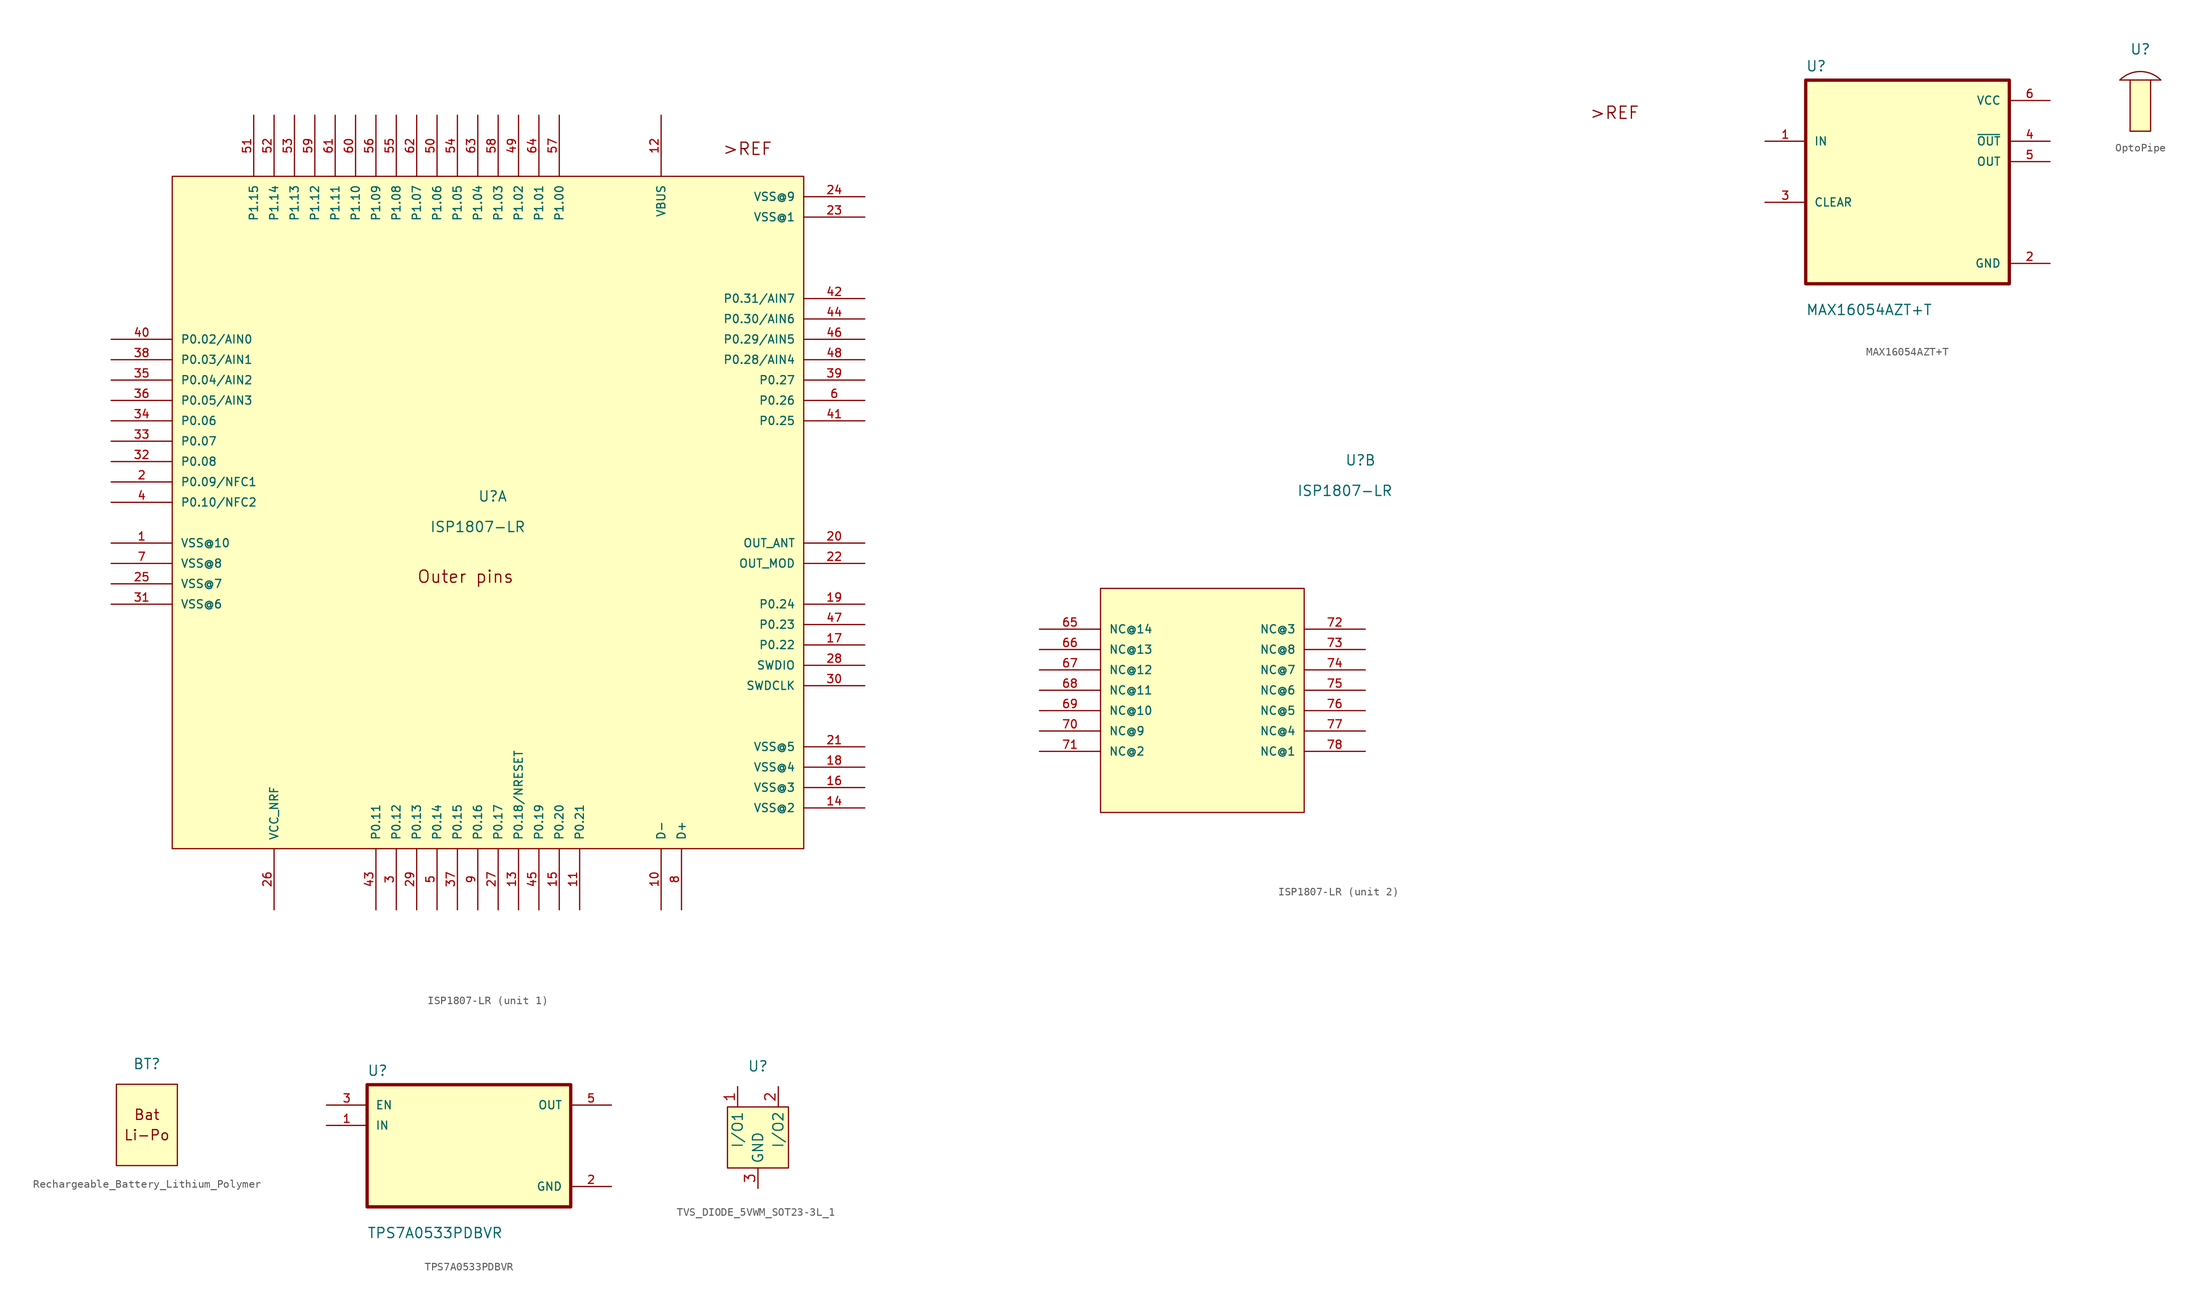
<source format=kicad_sym>
(kicad_symbol_lib
  (version 20241209)
  (generator "kicad_symbol_editor")
  (generator_version "9.0")
  (symbol "ISP1807-LR"
    (pin_names
      (offset 1.016))
    (property "Reference" "U"
      (at 38.1 43.18 0)
      (effects (font (size 1.27 1.27)) (justify left bottom)))
    (property "Value" "ISP1807-LR"
      (at 38.1 39.37 0)
      (effects (font (size 1.27 1.27)) (justify bottom)))
    (symbol "ISP1807-LR_1_0"
      (rectangle (start 0 83.82) (end 78.74 0) (stroke (width 0.152) (type default)) (fill (type background)))
      (text "Outer pins" (at 30.48 33.02 0) (effects (font (size 1.524 1.524)) (justify left bottom)))
      (text ">REF" (at 68.58 86.36 0) (effects (font (size 1.524 1.524)) (justify left bottom)))
      (pin bidirectional line (at -7.62 63.5 0) (length 7.62) (name "P0.02/AIN0" (effects (font (size 1.016 1.016)))) (number "40" (effects (font (size 1.016 1.016)))))
      (pin bidirectional line (at -7.62 60.96 0) (length 7.62) (name "P0.03/AIN1" (effects (font (size 1.016 1.016)))) (number "38" (effects (font (size 1.016 1.016)))))
      (pin bidirectional line (at -7.62 58.42 0) (length 7.62) (name "P0.04/AIN2" (effects (font (size 1.016 1.016)))) (number "35" (effects (font (size 1.016 1.016)))))
      (pin bidirectional line (at -7.62 55.88 0) (length 7.62) (name "P0.05/AIN3" (effects (font (size 1.016 1.016)))) (number "36" (effects (font (size 1.016 1.016)))))
      (pin bidirectional line (at -7.62 53.34 0) (length 7.62) (name "P0.06" (effects (font (size 1.016 1.016)))) (number "34" (effects (font (size 1.016 1.016)))))
      (pin bidirectional line (at -7.62 50.8 0) (length 7.62) (name "P0.07" (effects (font (size 1.016 1.016)))) (number "33" (effects (font (size 1.016 1.016)))))
      (pin bidirectional line (at -7.62 48.26 0) (length 7.62) (name "P0.08" (effects (font (size 1.016 1.016)))) (number "32" (effects (font (size 1.016 1.016)))))
      (pin bidirectional line (at -7.62 45.72 0) (length 7.62) (name "P0.09/NFC1" (effects (font (size 1.016 1.016)))) (number "2" (effects (font (size 1.016 1.016)))))
      (pin bidirectional line (at -7.62 43.18 0) (length 7.62) (name "P0.10/NFC2" (effects (font (size 1.016 1.016)))) (number "4" (effects (font (size 1.016 1.016)))))
      (pin power_in line (at -7.62 38.1 0) (length 7.62) (name "VSS@10" (effects (font (size 1.016 1.016)))) (number "1" (effects (font (size 1.016 1.016)))))
      (pin power_in line (at -7.62 35.56 0) (length 7.62) (name "VSS@8" (effects (font (size 1.016 1.016)))) (number "7" (effects (font (size 1.016 1.016)))))
      (pin power_in line (at -7.62 33.02 0) (length 7.62) (name "VSS@7" (effects (font (size 1.016 1.016)))) (number "25" (effects (font (size 1.016 1.016)))))
      (pin power_in line (at -7.62 30.48 0) (length 7.62) (name "VSS@6" (effects (font (size 1.016 1.016)))) (number "31" (effects (font (size 1.016 1.016)))))
      (pin bidirectional line (at 10.16 91.44 270) (length 7.62) (name "P1.15" (effects (font (size 1.016 1.016)))) (number "51" (effects (font (size 1.016 1.016)))))
      (pin bidirectional line (at 12.7 91.44 270) (length 7.62) (name "P1.14" (effects (font (size 1.016 1.016)))) (number "52" (effects (font (size 1.016 1.016)))))
      (pin power_in line (at 12.7 -7.62 90) (length 7.62) (name "VCC_NRF" (effects (font (size 1.016 1.016)))) (number "26" (effects (font (size 1.016 1.016)))))
      (pin bidirectional line (at 15.24 91.44 270) (length 7.62) (name "P1.13" (effects (font (size 1.016 1.016)))) (number "53" (effects (font (size 1.016 1.016)))))
      (pin bidirectional line (at 17.78 91.44 270) (length 7.62) (name "P1.12" (effects (font (size 1.016 1.016)))) (number "59" (effects (font (size 1.016 1.016)))))
      (pin bidirectional line (at 20.32 91.44 270) (length 7.62) (name "P1.11" (effects (font (size 1.016 1.016)))) (number "61" (effects (font (size 1.016 1.016)))))
      (pin bidirectional line (at 22.86 91.44 270) (length 7.62) (name "P1.10" (effects (font (size 1.016 1.016)))) (number "60" (effects (font (size 1.016 1.016)))))
      (pin bidirectional line (at 25.4 91.44 270) (length 7.62) (name "P1.09" (effects (font (size 1.016 1.016)))) (number "56" (effects (font (size 1.016 1.016)))))
      (pin bidirectional line (at 25.4 -7.62 90) (length 7.62) (name "P0.11" (effects (font (size 1.016 1.016)))) (number "43" (effects (font (size 1.016 1.016)))))
      (pin bidirectional line (at 27.94 91.44 270) (length 7.62) (name "P1.08" (effects (font (size 1.016 1.016)))) (number "55" (effects (font (size 1.016 1.016)))))
      (pin bidirectional line (at 27.94 -7.62 90) (length 7.62) (name "P0.12" (effects (font (size 1.016 1.016)))) (number "3" (effects (font (size 1.016 1.016)))))
      (pin bidirectional line (at 30.48 91.44 270) (length 7.62) (name "P1.07" (effects (font (size 1.016 1.016)))) (number "62" (effects (font (size 1.016 1.016)))))
      (pin bidirectional line (at 30.48 -7.62 90) (length 7.62) (name "P0.13" (effects (font (size 1.016 1.016)))) (number "29" (effects (font (size 1.016 1.016)))))
      (pin bidirectional line (at 33.02 91.44 270) (length 7.62) (name "P1.06" (effects (font (size 1.016 1.016)))) (number "50" (effects (font (size 1.016 1.016)))))
      (pin bidirectional line (at 33.02 -7.62 90) (length 7.62) (name "P0.14" (effects (font (size 1.016 1.016)))) (number "5" (effects (font (size 1.016 1.016)))))
      (pin bidirectional line (at 35.56 91.44 270) (length 7.62) (name "P1.05" (effects (font (size 1.016 1.016)))) (number "54" (effects (font (size 1.016 1.016)))))
      (pin bidirectional line (at 35.56 -7.62 90) (length 7.62) (name "P0.15" (effects (font (size 1.016 1.016)))) (number "37" (effects (font (size 1.016 1.016)))))
      (pin bidirectional line (at 38.1 91.44 270) (length 7.62) (name "P1.04" (effects (font (size 1.016 1.016)))) (number "63" (effects (font (size 1.016 1.016)))))
      (pin bidirectional line (at 38.1 -7.62 90) (length 7.62) (name "P0.16" (effects (font (size 1.016 1.016)))) (number "9" (effects (font (size 1.016 1.016)))))
      (pin bidirectional line (at 40.64 91.44 270) (length 7.62) (name "P1.03" (effects (font (size 1.016 1.016)))) (number "58" (effects (font (size 1.016 1.016)))))
      (pin bidirectional line (at 40.64 -7.62 90) (length 7.62) (name "P0.17" (effects (font (size 1.016 1.016)))) (number "27" (effects (font (size 1.016 1.016)))))
      (pin bidirectional line (at 43.18 91.44 270) (length 7.62) (name "P1.02" (effects (font (size 1.016 1.016)))) (number "49" (effects (font (size 1.016 1.016)))))
      (pin bidirectional line (at 43.18 -7.62 90) (length 7.62) (name "P0.18/NRESET" (effects (font (size 1.016 1.016)))) (number "13" (effects (font (size 1.016 1.016)))))
      (pin bidirectional line (at 45.72 91.44 270) (length 7.62) (name "P1.01" (effects (font (size 1.016 1.016)))) (number "64" (effects (font (size 1.016 1.016)))))
      (pin bidirectional line (at 45.72 -7.62 90) (length 7.62) (name "P0.19" (effects (font (size 1.016 1.016)))) (number "45" (effects (font (size 1.016 1.016)))))
      (pin bidirectional line (at 48.26 91.44 270) (length 7.62) (name "P1.00" (effects (font (size 1.016 1.016)))) (number "57" (effects (font (size 1.016 1.016)))))
      (pin bidirectional line (at 48.26 -7.62 90) (length 7.62) (name "P0.20" (effects (font (size 1.016 1.016)))) (number "15" (effects (font (size 1.016 1.016)))))
      (pin bidirectional line (at 50.8 -7.62 90) (length 7.62) (name "P0.21" (effects (font (size 1.016 1.016)))) (number "11" (effects (font (size 1.016 1.016)))))
      (pin power_in line (at 60.96 91.44 270) (length 7.62) (name "VBUS" (effects (font (size 1.016 1.016)))) (number "12" (effects (font (size 1.016 1.016)))))
      (pin power_in line (at 60.96 -7.62 90) (length 7.62) (name "D-" (effects (font (size 1.016 1.016)))) (number "10" (effects (font (size 1.016 1.016)))))
      (pin power_in line (at 63.5 -7.62 90) (length 7.62) (name "D+" (effects (font (size 1.016 1.016)))) (number "8" (effects (font (size 1.016 1.016)))))
      (pin power_in line (at 86.36 81.28 180) (length 7.62) (name "VSS@9" (effects (font (size 1.016 1.016)))) (number "24" (effects (font (size 1.016 1.016)))))
      (pin power_in line (at 86.36 78.74 180) (length 7.62) (name "VSS@1" (effects (font (size 1.016 1.016)))) (number "23" (effects (font (size 1.016 1.016)))))
      (pin bidirectional line (at 86.36 68.58 180) (length 7.62) (name "P0.31/AIN7" (effects (font (size 1.016 1.016)))) (number "42" (effects (font (size 1.016 1.016)))))
      (pin bidirectional line (at 86.36 66.04 180) (length 7.62) (name "P0.30/AIN6" (effects (font (size 1.016 1.016)))) (number "44" (effects (font (size 1.016 1.016)))))
      (pin bidirectional line (at 86.36 63.5 180) (length 7.62) (name "P0.29/AIN5" (effects (font (size 1.016 1.016)))) (number "46" (effects (font (size 1.016 1.016)))))
      (pin bidirectional line (at 86.36 60.96 180) (length 7.62) (name "P0.28/AIN4" (effects (font (size 1.016 1.016)))) (number "48" (effects (font (size 1.016 1.016)))))
      (pin bidirectional line (at 86.36 58.42 180) (length 7.62) (name "P0.27" (effects (font (size 1.016 1.016)))) (number "39" (effects (font (size 1.016 1.016)))))
      (pin bidirectional line (at 86.36 55.88 180) (length 7.62) (name "P0.26" (effects (font (size 1.016 1.016)))) (number "6" (effects (font (size 1.016 1.016)))))
      (pin bidirectional line (at 86.36 53.34 180) (length 7.62) (name "P0.25" (effects (font (size 1.016 1.016)))) (number "41" (effects (font (size 1.016 1.016)))))
      (pin bidirectional line (at 86.36 38.1 180) (length 7.62) (name "OUT_ANT" (effects (font (size 1.016 1.016)))) (number "20" (effects (font (size 1.016 1.016)))))
      (pin bidirectional line (at 86.36 35.56 180) (length 7.62) (name "OUT_MOD" (effects (font (size 1.016 1.016)))) (number "22" (effects (font (size 1.016 1.016)))))
      (pin bidirectional line (at 86.36 30.48 180) (length 7.62) (name "P0.24" (effects (font (size 1.016 1.016)))) (number "19" (effects (font (size 1.016 1.016)))))
      (pin bidirectional line (at 86.36 27.94 180) (length 7.62) (name "P0.23" (effects (font (size 1.016 1.016)))) (number "47" (effects (font (size 1.016 1.016)))))
      (pin bidirectional line (at 86.36 25.4 180) (length 7.62) (name "P0.22" (effects (font (size 1.016 1.016)))) (number "17" (effects (font (size 1.016 1.016)))))
      (pin bidirectional line (at 86.36 22.86 180) (length 7.62) (name "SWDIO" (effects (font (size 1.016 1.016)))) (number "28" (effects (font (size 1.016 1.016)))))
      (pin input line (at 86.36 20.32 180) (length 7.62) (name "SWDCLK" (effects (font (size 1.016 1.016)))) (number "30" (effects (font (size 1.016 1.016)))))
      (pin power_in line (at 86.36 12.7 180) (length 7.62) (name "VSS@5" (effects (font (size 1.016 1.016)))) (number "21" (effects (font (size 1.016 1.016)))))
      (pin power_in line (at 86.36 10.16 180) (length 7.62) (name "VSS@4" (effects (font (size 1.016 1.016)))) (number "18" (effects (font (size 1.016 1.016)))))
      (pin power_in line (at 86.36 7.62 180) (length 7.62) (name "VSS@3" (effects (font (size 1.016 1.016)))) (number "16" (effects (font (size 1.016 1.016)))))
      (pin power_in line (at 86.36 5.08 180) (length 7.62) (name "VSS@2" (effects (font (size 1.016 1.016)))) (number "14" (effects (font (size 1.016 1.016))))))
    (symbol "ISP1807-LR_2_0"
      (rectangle (start 7.62 0) (end 33.02 27.94) (stroke (width 0.152) (type default)) (fill (type background)))
      (text ">REF" (at 68.58 86.36 0) (effects (font (size 1.524 1.524)) (justify left bottom)))
      (pin passive line (at 0 22.86 0) (length 7.62) (name "NC@14" (effects (font (size 1.016 1.016)))) (number "65" (effects (font (size 1.016 1.016)))))
      (pin passive line (at 0 20.32 0) (length 7.62) (name "NC@13" (effects (font (size 1.016 1.016)))) (number "66" (effects (font (size 1.016 1.016)))))
      (pin passive line (at 0 17.78 0) (length 7.62) (name "NC@12" (effects (font (size 1.016 1.016)))) (number "67" (effects (font (size 1.016 1.016)))))
      (pin passive line (at 0 15.24 0) (length 7.62) (name "NC@11" (effects (font (size 1.016 1.016)))) (number "68" (effects (font (size 1.016 1.016)))))
      (pin passive line (at 0 12.7 0) (length 7.62) (name "NC@10" (effects (font (size 1.016 1.016)))) (number "69" (effects (font (size 1.016 1.016)))))
      (pin passive line (at 0 10.16 0) (length 7.62) (name "NC@9" (effects (font (size 1.016 1.016)))) (number "70" (effects (font (size 1.016 1.016)))))
      (pin passive line (at 0 7.62 0) (length 7.62) (name "NC@2" (effects (font (size 1.016 1.016)))) (number "71" (effects (font (size 1.016 1.016)))))
      (pin passive line (at 40.64 22.86 180) (length 7.62) (name "NC@3" (effects (font (size 1.016 1.016)))) (number "72" (effects (font (size 1.016 1.016)))))
      (pin passive line (at 40.64 20.32 180) (length 7.62) (name "NC@8" (effects (font (size 1.016 1.016)))) (number "73" (effects (font (size 1.016 1.016)))))
      (pin passive line (at 40.64 17.78 180) (length 7.62) (name "NC@7" (effects (font (size 1.016 1.016)))) (number "74" (effects (font (size 1.016 1.016)))))
      (pin passive line (at 40.64 15.24 180) (length 7.62) (name "NC@6" (effects (font (size 1.016 1.016)))) (number "75" (effects (font (size 1.016 1.016)))))
      (pin passive line (at 40.64 12.7 180) (length 7.62) (name "NC@5" (effects (font (size 1.016 1.016)))) (number "76" (effects (font (size 1.016 1.016)))))
      (pin passive line (at 40.64 10.16 180) (length 7.62) (name "NC@4" (effects (font (size 1.016 1.016)))) (number "77" (effects (font (size 1.016 1.016)))))
      (pin passive line (at 40.64 7.62 180) (length 7.62) (name "NC@1" (effects (font (size 1.016 1.016)))) (number "78" (effects (font (size 1.016 1.016)))))))
  (symbol "MAX16054AZT+T"
    (pin_names
      (offset 1.016))
    (property "Reference" "U"
      (at -12.7 13.7 0)
      (effects (font (size 1.27 1.27)) (justify left bottom)))
    (property "Value" "MAX16054AZT+T"
      (at -12.7 -16.7 0)
      (effects (font (size 1.27 1.27)) (justify left bottom)))
    (symbol "MAX16054AZT+T_0_0"
      (rectangle (start -12.7 -12.7) (end 12.7 12.7) (stroke (width 0.41) (type default)) (fill (type background)))
      (pin input line (at -17.78 5.08 0) (length 5.08) (name "IN" (effects (font (size 1.016 1.016)))) (number "1" (effects (font (size 1.016 1.016)))))
      (pin bidirectional line (at -17.78 -2.54 0) (length 5.08) (name "CLEAR" (effects (font (size 1.016 1.016)))) (number "3" (effects (font (size 1.016 1.016)))))
      (pin power_in line (at 17.78 10.16 180) (length 5.08) (name "VCC" (effects (font (size 1.016 1.016)))) (number "6" (effects (font (size 1.016 1.016)))))
      (pin output line (at 17.78 5.08 180) (length 5.08) (name "~{OUT}" (effects (font (size 1.016 1.016)))) (number "4" (effects (font (size 1.016 1.016)))))
      (pin output line (at 17.78 2.54 180) (length 5.08) (name "OUT" (effects (font (size 1.016 1.016)))) (number "5" (effects (font (size 1.016 1.016)))))
      (pin power_in line (at 17.78 -10.16 180) (length 5.08) (name "GND" (effects (font (size 1.016 1.016)))) (number "2" (effects (font (size 1.016 1.016)))))))
  (symbol "OptoPipe"
    (property "Reference" "U"
      (at 0 6.35 0)
      (effects (font (size 1.27 1.27))))
    (property "Value" ""
      (at 0 0 0)
      (effects (font (size 1.27 1.27))))
    (symbol "OptoPipe_1_1"
      (rectangle (start -1.27 2.54) (end 1.27 -3.81) (stroke (width 0) (type default)) (fill (type background)))
      (polyline (pts (xy -1.27 2.54) (xy -2.54 2.54)) (stroke (width 0) (type default)) (fill (type none)))
      (arc (start -2.54 2.54) (mid 0 3.5921) (end 2.54 2.54) (stroke (width 0) (type default)) (fill (type none)))
      (polyline (pts (xy 1.27 2.54) (xy 2.54 2.54)) (stroke (width 0) (type default)) (fill (type none)))))
  (symbol "Rechargeable_Battery_Lithium_Polymer"
    (property "Reference" "BT"
      (at 0 7.62 0)
      (effects (font (size 1.27 1.27))))
    (property "Value" ""
      (at 0 0 0)
      (effects (font (size 1.27 1.27))))
    (symbol "Rechargeable_Battery_Lithium_Polymer_1_1"
      (rectangle (start -3.81 5.08) (end 3.81 -5.08) (stroke (width 0) (type default)) (fill (type background)))
      (text "Bat" (at 0 1.27 0) (effects (font (size 1.27 1.27))))
      (text "Li-Po" (at 0 -1.27 0) (effects (font (size 1.27 1.27))))))
  (symbol "TPS7A0533PDBVR"
    (pin_names
      (offset 1.016))
    (property "Reference" "U"
      (at -12.7 8.62 0)
      (effects (font (size 1.27 1.27)) (justify left bottom)))
    (property "Value" "TPS7A0533PDBVR"
      (at -12.7 -11.62 0)
      (effects (font (size 1.27 1.27)) (justify left bottom)))
    (symbol "TPS7A0533PDBVR_0_0"
      (rectangle (start -12.7 7.62) (end 12.7 -7.62) (stroke (width 0.41) (type default)) (fill (type background)))
      (pin input line (at -17.78 5.08 0) (length 5.08) (name "EN" (effects (font (size 1.016 1.016)))) (number "3" (effects (font (size 1.016 1.016)))))
      (pin input line (at -17.78 2.54 0) (length 5.08) (name "IN" (effects (font (size 1.016 1.016)))) (number "1" (effects (font (size 1.016 1.016)))))
      (pin output line (at 17.78 5.08 180) (length 5.08) (name "OUT" (effects (font (size 1.016 1.016)))) (number "5" (effects (font (size 1.016 1.016)))))
      (pin power_in line (at 17.78 -5.08 180) (length 5.08) (name "GND" (effects (font (size 1.016 1.016)))) (number "2" (effects (font (size 1.016 1.016)))))))
  (symbol "TVS_DIODE_5VWM_SOT23-3L_1"
    (property "Reference" "U"
      (at 0 8.89 0)
      (effects (font (size 1.27 1.27))))
    (property "Value" ""
      (at -1.27 2.54 0)
      (effects (font (size 1.27 1.27))))
    (symbol "TVS_DIODE_5VWM_SOT23-3L_1_1_1"
      (rectangle (start -3.81 3.81) (end 3.81 -3.81) (stroke (width 0) (type default)) (fill (type background)))
      (pin input line (at -2.54 6.35 270) (length 2.54) (name "I/O1" (effects (font (size 1.27 1.27)))) (number "1" (effects (font (size 1.27 1.27)))))
      (pin input line (at 0 -6.35 90) (length 2.54) (name "GND" (effects (font (size 1.27 1.27)))) (number "3" (effects (font (size 1.27 1.27)))))
      (pin input line (at 2.54 6.35 270) (length 2.54) (name "I/O2" (effects (font (size 1.27 1.27)))) (number "2" (effects (font (size 1.27 1.27))))))))
</source>
